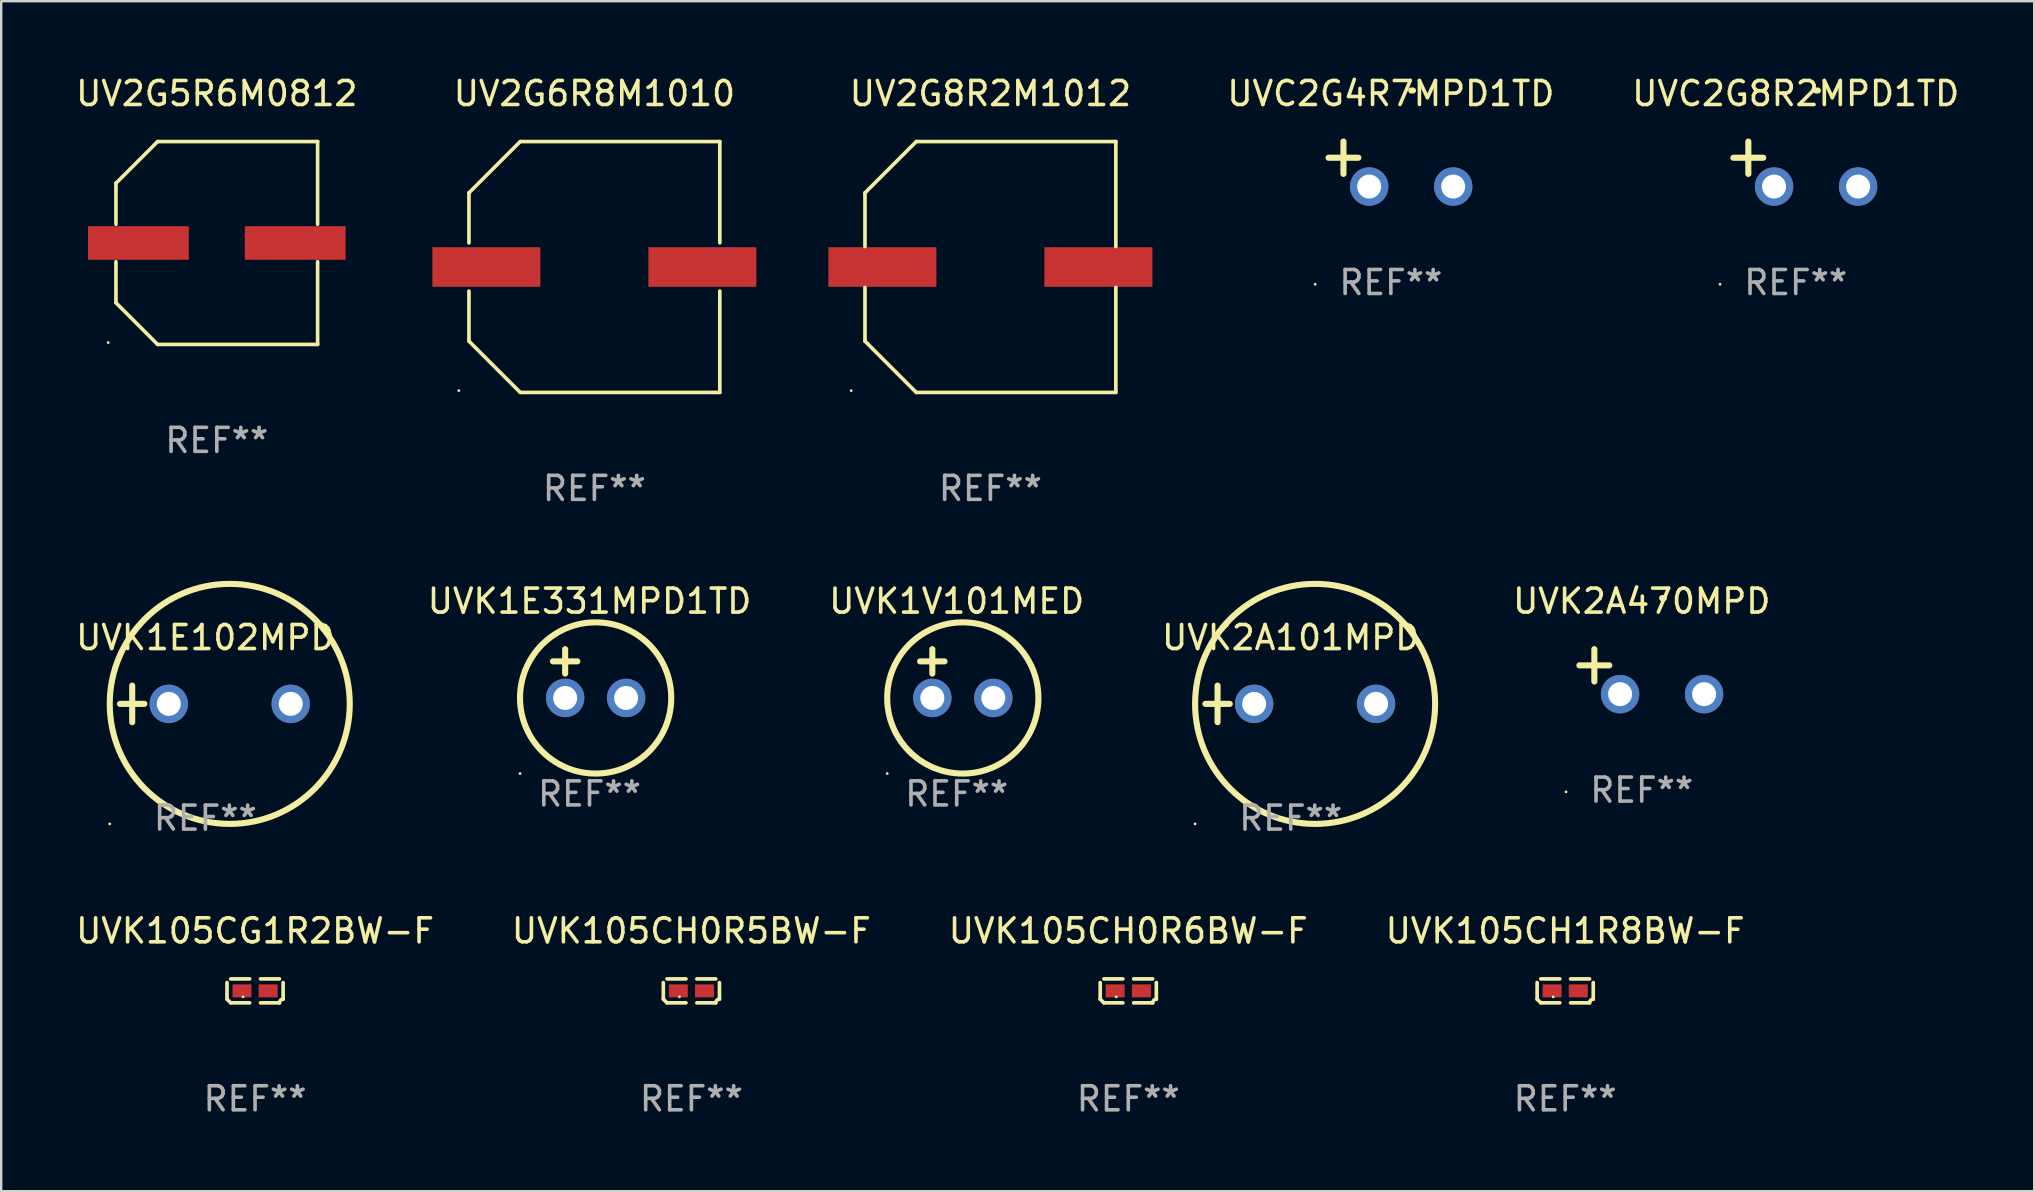
<source format=kicad_pcb>
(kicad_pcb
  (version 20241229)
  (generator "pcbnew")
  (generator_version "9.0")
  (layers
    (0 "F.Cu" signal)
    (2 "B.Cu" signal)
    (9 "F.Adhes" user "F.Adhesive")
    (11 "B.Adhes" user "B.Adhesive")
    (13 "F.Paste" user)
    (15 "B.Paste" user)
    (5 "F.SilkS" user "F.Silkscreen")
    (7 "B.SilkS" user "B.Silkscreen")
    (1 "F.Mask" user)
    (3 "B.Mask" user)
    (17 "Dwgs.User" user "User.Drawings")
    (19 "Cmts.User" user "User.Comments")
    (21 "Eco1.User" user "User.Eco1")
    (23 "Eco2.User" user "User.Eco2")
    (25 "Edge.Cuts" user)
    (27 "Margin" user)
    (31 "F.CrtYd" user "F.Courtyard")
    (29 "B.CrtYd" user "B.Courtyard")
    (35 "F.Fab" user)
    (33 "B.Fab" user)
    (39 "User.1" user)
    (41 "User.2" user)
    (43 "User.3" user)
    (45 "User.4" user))
  (footprint "UVK105CG1R2BW-F"
    (layer "F.Cu")
    (at 7.577 38.233)
    (property "Reference" "UVK105CG1R2BW-F" (at 0 -2.499 0) (layer "F.SilkS") (effects (font (size 1 1) (thickness 0.15))))
    (attr through_hole)
    (fp_line (start -1.169 0.346) (end -1.169 -0.346) (stroke (width 0.152) (type solid)) (layer "F.SilkS"))
    (fp_line (start -1.016 -0.499) (end -0.226 -0.499) (stroke (width 0.152) (type solid)) (layer "F.SilkS"))
    (fp_line (start -0.226 0.499) (end -1.016 0.499) (stroke (width 0.152) (type solid)) (layer "F.SilkS"))
    (fp_line (start 0.226 0.499) (end 1.016 0.499) (stroke (width 0.152) (type solid)) (layer "F.SilkS"))
    (fp_line (start 1.016 -0.499) (end 0.226 -0.499) (stroke (width 0.152) (type solid)) (layer "F.SilkS"))
    (fp_line (start 1.169 0.346) (end 1.169 -0.346) (stroke (width 0.152) (type solid)) (layer "F.SilkS"))
    (fp_arc (start -1.016307 0.498603) (mid -1.092512 0.422405) (end -1.16871 0.3462) (stroke (width 0.1524) (type solid)) (layer "F.SilkS"))
    (fp_arc (start 1.016307 0.498603) (mid 1.060899 0.390758) (end 1.168707 0.346076) (stroke (width 0.1524) (type solid)) (layer "F.SilkS"))
    (fp_circle (center -0.5 0.25) (end -0.47 0.25) (stroke (width 0.06) (type solid)) (fill no) (layer "F.SilkS"))
    (fp_text user "REF**" (at 0 4.499 0) (layer "F.Fab") (effects (font (size 1 1) (thickness 0.15))))
    (pad "1" smd rect (at -0.545 0) (size 0.79 0.54) (layers "F.Cu" "F.Mask" "F.Paste"))
    (pad "2" smd rect (at 0.545 0) (size 0.79 0.54) (layers "F.Cu" "F.Mask" "F.Paste")))
  (footprint "UVK2A470MPD"
    (layer "F.Cu")
    (at 65.351 24.934)
    (property "Reference" "UVK2A470MPD" (at 0 -2.937 0) (layer "F.SilkS") (effects (font (size 1 1) (thickness 0.15))))
    (attr through_hole)
    (fp_line (start -1.975 0.41) (end -1.975 -0.937) (stroke (width 0.254) (type solid)) (layer "F.SilkS"))
    (fp_line (start -1.353 -0.263) (end -2.597 -0.263) (stroke (width 0.254) (type solid)) (layer "F.SilkS"))
    (fp_arc (start 0.849809 -3.063957) (mid 0.885369 -3.064114) (end 0.920929 -3.063957) (stroke (width 0.254001) (type solid)) (layer "F.SilkS"))
    (fp_circle (center -3.154 5.008) (end -3.124 5.008) (stroke (width 0.06) (type solid)) (fill no) (layer "F.SilkS"))
    (fp_text user "REF**" (at 0 4.937 0) (layer "F.Fab") (effects (font (size 1 1) (thickness 0.15))))
    (pad "1" thru_hole circle (at -0.903 0.937) (size 1.6 1.6) (drill 1) (layers "*.Cu" "*.Mask"))
    (pad "2" thru_hole circle (at 2.597 0.937) (size 1.6 1.6) (drill 1) (layers "*.Cu" "*.Mask")))
  (footprint "UVK1E102MPD"
    (layer "F.Cu")
    (at 5.506 26.276)
    (property "Reference" "UVK1E102MPD" (at 0 -2.762 0) (layer "F.SilkS") (effects (font (size 1 1) (thickness 0.15))))
    (attr through_hole)
    (fp_line (start -3.556 0) (end -2.54 0) (stroke (width 0.254) (type solid)) (layer "F.SilkS"))
    (fp_line (start -3.048 -0.762) (end -3.048 0.762) (stroke (width 0.254) (type solid)) (layer "F.SilkS"))
    (fp_circle (center -3.984 5) (end -3.954 5) (stroke (width 0.06) (type solid)) (fill no) (layer "F.SilkS"))
    (fp_circle (center 1.016 0) (end 6.016 0) (stroke (width 0.254) (type solid)) (fill no) (layer "F.SilkS"))
    (fp_text user "REF**" (at 0 4.762 0) (layer "F.Fab") (effects (font (size 1 1) (thickness 0.15))))
    (pad "1" thru_hole circle (at -1.524 0) (size 1.6 1.6) (drill 1) (layers "*.Cu" "*.Mask"))
    (pad "2" thru_hole circle (at 3.556 0) (size 1.6 1.6) (drill 1) (layers "*.Cu" "*.Mask")))
  (footprint "UVC2G4R7MPD1TD"
    (layer "F.Cu")
    (at 54.898 3.785)
    (property "Reference" "UVC2G4R7MPD1TD" (at 0 -2.937 0) (layer "F.SilkS") (effects (font (size 1 1) (thickness 0.15))))
    (attr through_hole)
    (fp_line (start -1.975 0.41) (end -1.975 -0.937) (stroke (width 0.254) (type solid)) (layer "F.SilkS"))
    (fp_line (start -1.353 -0.263) (end -2.597 -0.263) (stroke (width 0.254) (type solid)) (layer "F.SilkS"))
    (fp_arc (start 0.849809 -3.063957) (mid 0.885369 -3.064114) (end 0.920929 -3.063957) (stroke (width 0.254001) (type solid)) (layer "F.SilkS"))
    (fp_circle (center -3.154 5.008) (end -3.124 5.008) (stroke (width 0.06) (type solid)) (fill no) (layer "F.SilkS"))
    (fp_text user "REF**" (at 0 4.937 0) (layer "F.Fab") (effects (font (size 1 1) (thickness 0.15))))
    (pad "1" thru_hole circle (at -0.903 0.937) (size 1.6 1.6) (drill 1) (layers "*.Cu" "*.Mask"))
    (pad "2" thru_hole circle (at 2.597 0.937) (size 1.6 1.6) (drill 1) (layers "*.Cu" "*.Mask")))
  (footprint "UVC2G8R2MPD1TD"
    (layer "F.Cu")
    (at 71.767 3.785)
    (property "Reference" "UVC2G8R2MPD1TD" (at 0 -2.937 0) (layer "F.SilkS") (effects (font (size 1 1) (thickness 0.15))))
    (attr through_hole)
    (fp_line (start -1.975 0.41) (end -1.975 -0.937) (stroke (width 0.254) (type solid)) (layer "F.SilkS"))
    (fp_line (start -1.353 -0.263) (end -2.597 -0.263) (stroke (width 0.254) (type solid)) (layer "F.SilkS"))
    (fp_arc (start 0.849809 -3.063957) (mid 0.885369 -3.064114) (end 0.920929 -3.063957) (stroke (width 0.254001) (type solid)) (layer "F.SilkS"))
    (fp_circle (center -3.154 5.008) (end -3.124 5.008) (stroke (width 0.06) (type solid)) (fill no) (layer "F.SilkS"))
    (fp_text user "REF**" (at 0 4.937 0) (layer "F.Fab") (effects (font (size 1 1) (thickness 0.15))))
    (pad "1" thru_hole circle (at -0.903 0.937) (size 1.6 1.6) (drill 1) (layers "*.Cu" "*.Mask"))
    (pad "2" thru_hole circle (at 2.597 0.937) (size 1.6 1.6) (drill 1) (layers "*.Cu" "*.Mask")))
  (footprint "UVK105CH1R8BW-F"
    (layer "F.Cu")
    (at 62.161 38.233)
    (property "Reference" "UVK105CH1R8BW-F" (at 0 -2.499 0) (layer "F.SilkS") (effects (font (size 1 1) (thickness 0.15))))
    (attr through_hole)
    (fp_line (start -1.169 0.346) (end -1.169 -0.346) (stroke (width 0.152) (type solid)) (layer "F.SilkS"))
    (fp_line (start -1.016 -0.499) (end -0.226 -0.499) (stroke (width 0.152) (type solid)) (layer "F.SilkS"))
    (fp_line (start -0.226 0.499) (end -1.016 0.499) (stroke (width 0.152) (type solid)) (layer "F.SilkS"))
    (fp_line (start 0.226 0.499) (end 1.016 0.499) (stroke (width 0.152) (type solid)) (layer "F.SilkS"))
    (fp_line (start 1.016 -0.499) (end 0.226 -0.499) (stroke (width 0.152) (type solid)) (layer "F.SilkS"))
    (fp_line (start 1.169 0.346) (end 1.169 -0.346) (stroke (width 0.152) (type solid)) (layer "F.SilkS"))
    (fp_arc (start -1.016307 0.498603) (mid -1.092512 0.422405) (end -1.16871 0.3462) (stroke (width 0.1524) (type solid)) (layer "F.SilkS"))
    (fp_arc (start 1.016307 0.498603) (mid 1.060899 0.390758) (end 1.168707 0.346076) (stroke (width 0.1524) (type solid)) (layer "F.SilkS"))
    (fp_circle (center -0.5 0.25) (end -0.47 0.25) (stroke (width 0.06) (type solid)) (fill no) (layer "F.SilkS"))
    (fp_text user "REF**" (at 0 4.499 0) (layer "F.Fab") (effects (font (size 1 1) (thickness 0.15))))
    (pad "1" smd rect (at -0.545 0) (size 0.79 0.54) (layers "F.Cu" "F.Mask" "F.Paste"))
    (pad "2" smd rect (at 0.545 0) (size 0.79 0.54) (layers "F.Cu" "F.Mask" "F.Paste")))
  (footprint "UVK1E331MPD1TD"
    (layer "F.Cu")
    (at 21.512 25.013)
    (property "Reference" "UVK1E331MPD1TD" (at 0 -3.016 0) (layer "F.SilkS") (effects (font (size 1 1) (thickness 0.15))))
    (attr through_hole)
    (fp_line (start -1.524 -0.508) (end -0.508 -0.508) (stroke (width 0.254) (type solid)) (layer "F.SilkS"))
    (fp_line (start -1.016 -1.016) (end -1.016 0) (stroke (width 0.254) (type solid)) (layer "F.SilkS"))
    (fp_circle (center -2.896 4.166) (end -2.866 4.166) (stroke (width 0.06) (type solid)) (fill no) (layer "F.SilkS"))
    (fp_circle (center 0.254 1.016) (end 3.404 1.016) (stroke (width 0.254) (type solid)) (fill no) (layer "F.SilkS"))
    (fp_text user "REF**" (at 0 5.016 0) (layer "F.Fab") (effects (font (size 1 1) (thickness 0.15))))
    (pad "1" thru_hole circle (at -1.016 1.016) (size 1.6 1.6) (drill 1) (layers "*.Cu" "*.Mask"))
    (pad "2" thru_hole circle (at 1.524 1.016) (size 1.6 1.6) (drill 1) (layers "*.Cu" "*.Mask")))
  (footprint "UVK1V101MED"
    (layer "F.Cu")
    (at 36.81 25.013)
    (property "Reference" "UVK1V101MED" (at 0 -3.016 0) (layer "F.SilkS") (effects (font (size 1 1) (thickness 0.15))))
    (attr through_hole)
    (fp_line (start -1.524 -0.508) (end -0.508 -0.508) (stroke (width 0.254) (type solid)) (layer "F.SilkS"))
    (fp_line (start -1.016 -1.016) (end -1.016 0) (stroke (width 0.254) (type solid)) (layer "F.SilkS"))
    (fp_circle (center -2.896 4.166) (end -2.866 4.166) (stroke (width 0.06) (type solid)) (fill no) (layer "F.SilkS"))
    (fp_circle (center 0.254 1.016) (end 3.404 1.016) (stroke (width 0.254) (type solid)) (fill no) (layer "F.SilkS"))
    (fp_text user "REF**" (at 0 5.016 0) (layer "F.Fab") (effects (font (size 1 1) (thickness 0.15))))
    (pad "1" thru_hole circle (at -1.016 1.016) (size 1.6 1.6) (drill 1) (layers "*.Cu" "*.Mask"))
    (pad "2" thru_hole circle (at 1.524 1.016) (size 1.6 1.6) (drill 1) (layers "*.Cu" "*.Mask")))
  (footprint "UV2G8R2M1012"
    (layer "F.Cu")
    (at 38.214 8.074)
    (property "Reference" "UV2G8R2M1012" (at 0 -7.226 0) (layer "F.SilkS") (effects (font (size 1 1) (thickness 0.15))))
    (attr through_hole)
    (fp_line (start -5.226 -3.09) (end -5.226 -0.852) (stroke (width 0.152) (type solid)) (layer "F.SilkS"))
    (fp_line (start -5.226 3.09) (end -5.226 0.852) (stroke (width 0.152) (type solid)) (layer "F.SilkS"))
    (fp_line (start -3.09 -5.226) (end -5.226 -3.09) (stroke (width 0.152) (type solid)) (layer "F.SilkS"))
    (fp_line (start -3.09 5.226) (end -5.226 3.09) (stroke (width 0.152) (type solid)) (layer "F.SilkS"))
    (fp_line (start 5.226 -5.226) (end -3.09 -5.226) (stroke (width 0.152) (type solid)) (layer "F.SilkS"))
    (fp_line (start 5.226 -0.852) (end 5.226 -5.226) (stroke (width 0.152) (type solid)) (layer "F.SilkS"))
    (fp_line (start 5.226 0.852) (end 5.226 5.226) (stroke (width 0.152) (type solid)) (layer "F.SilkS"))
    (fp_line (start 5.226 5.226) (end -3.09 5.226) (stroke (width 0.152) (type solid)) (layer "F.SilkS"))
    (fp_circle (center -5.8 5.15) (end -5.77 5.15) (stroke (width 0.06) (type solid)) (fill no) (layer "F.SilkS"))
    (fp_text user "REF**" (at 0 9.226 0) (layer "F.Fab") (effects (font (size 1 1) (thickness 0.15))))
    (pad "1" smd rect (at -4.5 0) (size 4.5 1.65) (layers "F.Cu" "F.Mask" "F.Paste"))
    (pad "2" smd rect (at 4.5 0) (size 4.5 1.65) (layers "F.Cu" "F.Mask" "F.Paste")))
  (footprint "UV2G5R6M0812"
    (layer "F.Cu")
    (at 5.982 7.074)
    (property "Reference" "UV2G5R6M0812" (at 0 -6.226 0) (layer "F.SilkS") (effects (font (size 1 1) (thickness 0.15))))
    (attr through_hole)
    (fp_line (start -4.201 -2.49) (end -4.201 -0.782) (stroke (width 0.152) (type solid)) (layer "F.SilkS"))
    (fp_line (start -4.201 2.49) (end -4.201 0.782) (stroke (width 0.152) (type solid)) (layer "F.SilkS"))
    (fp_line (start -2.465 -4.226) (end -4.201 -2.49) (stroke (width 0.152) (type solid)) (layer "F.SilkS"))
    (fp_line (start -2.465 4.226) (end -4.201 2.49) (stroke (width 0.152) (type solid)) (layer "F.SilkS"))
    (fp_line (start 4.201 -4.226) (end -2.465 -4.226) (stroke (width 0.152) (type solid)) (layer "F.SilkS"))
    (fp_line (start 4.201 -0.782) (end 4.201 -4.226) (stroke (width 0.152) (type solid)) (layer "F.SilkS"))
    (fp_line (start 4.201 0.782) (end 4.201 4.226) (stroke (width 0.152) (type solid)) (layer "F.SilkS"))
    (fp_line (start 4.201 4.226) (end -2.465 4.226) (stroke (width 0.152) (type solid)) (layer "F.SilkS"))
    (fp_circle (center -4.524 4.15) (end -4.494 4.15) (stroke (width 0.06) (type solid)) (fill no) (layer "F.SilkS"))
    (fp_text user "REF**" (at 0 8.226 0) (layer "F.Fab") (effects (font (size 1 1) (thickness 0.15))))
    (pad "1" smd rect (at -3.267 0) (size 4.2 1.4) (layers "F.Cu" "F.Mask" "F.Paste"))
    (pad "2" smd rect (at 3.267 0) (size 4.2 1.4) (layers "F.Cu" "F.Mask" "F.Paste")))
  (footprint "UVK105CH0R5BW-F"
    (layer "F.Cu")
    (at 25.756 38.233)
    (property "Reference" "UVK105CH0R5BW-F" (at 0 -2.499 0) (layer "F.SilkS") (effects (font (size 1 1) (thickness 0.15))))
    (attr through_hole)
    (fp_line (start -1.169 0.346) (end -1.169 -0.346) (stroke (width 0.152) (type solid)) (layer "F.SilkS"))
    (fp_line (start -1.016 -0.499) (end -0.226 -0.499) (stroke (width 0.152) (type solid)) (layer "F.SilkS"))
    (fp_line (start -0.226 0.499) (end -1.016 0.499) (stroke (width 0.152) (type solid)) (layer "F.SilkS"))
    (fp_line (start 0.226 0.499) (end 1.016 0.499) (stroke (width 0.152) (type solid)) (layer "F.SilkS"))
    (fp_line (start 1.016 -0.499) (end 0.226 -0.499) (stroke (width 0.152) (type solid)) (layer "F.SilkS"))
    (fp_line (start 1.169 0.346) (end 1.169 -0.346) (stroke (width 0.152) (type solid)) (layer "F.SilkS"))
    (fp_arc (start -1.016307 0.498603) (mid -1.092512 0.422405) (end -1.16871 0.3462) (stroke (width 0.1524) (type solid)) (layer "F.SilkS"))
    (fp_arc (start 1.016307 0.498603) (mid 1.060899 0.390758) (end 1.168707 0.346076) (stroke (width 0.1524) (type solid)) (layer "F.SilkS"))
    (fp_circle (center -0.5 0.25) (end -0.47 0.25) (stroke (width 0.06) (type solid)) (fill no) (layer "F.SilkS"))
    (fp_text user "REF**" (at 0 4.499 0) (layer "F.Fab") (effects (font (size 1 1) (thickness 0.15))))
    (pad "1" smd rect (at -0.545 0) (size 0.79 0.54) (layers "F.Cu" "F.Mask" "F.Paste"))
    (pad "2" smd rect (at 0.545 0) (size 0.79 0.54) (layers "F.Cu" "F.Mask" "F.Paste")))
  (footprint "UVK105CH0R6BW-F"
    (layer "F.Cu")
    (at 43.958 38.233)
    (property "Reference" "UVK105CH0R6BW-F" (at 0 -2.499 0) (layer "F.SilkS") (effects (font (size 1 1) (thickness 0.15))))
    (attr through_hole)
    (fp_line (start -1.169 0.346) (end -1.169 -0.346) (stroke (width 0.152) (type solid)) (layer "F.SilkS"))
    (fp_line (start -1.016 -0.499) (end -0.226 -0.499) (stroke (width 0.152) (type solid)) (layer "F.SilkS"))
    (fp_line (start -0.226 0.499) (end -1.016 0.499) (stroke (width 0.152) (type solid)) (layer "F.SilkS"))
    (fp_line (start 0.226 0.499) (end 1.016 0.499) (stroke (width 0.152) (type solid)) (layer "F.SilkS"))
    (fp_line (start 1.016 -0.499) (end 0.226 -0.499) (stroke (width 0.152) (type solid)) (layer "F.SilkS"))
    (fp_line (start 1.169 0.346) (end 1.169 -0.346) (stroke (width 0.152) (type solid)) (layer "F.SilkS"))
    (fp_arc (start -1.016307 0.498603) (mid -1.092512 0.422405) (end -1.16871 0.3462) (stroke (width 0.1524) (type solid)) (layer "F.SilkS"))
    (fp_arc (start 1.016307 0.498603) (mid 1.060899 0.390758) (end 1.168707 0.346076) (stroke (width 0.1524) (type solid)) (layer "F.SilkS"))
    (fp_circle (center -0.5 0.25) (end -0.47 0.25) (stroke (width 0.06) (type solid)) (fill no) (layer "F.SilkS"))
    (fp_text user "REF**" (at 0 4.499 0) (layer "F.Fab") (effects (font (size 1 1) (thickness 0.15))))
    (pad "1" smd rect (at -0.545 0) (size 0.79 0.54) (layers "F.Cu" "F.Mask" "F.Paste"))
    (pad "2" smd rect (at 0.545 0) (size 0.79 0.54) (layers "F.Cu" "F.Mask" "F.Paste")))
  (footprint "UV2G6R8M1010"
    (layer "F.Cu")
    (at 21.714 8.074)
    (property "Reference" "UV2G6R8M1010" (at 0 -7.226 0) (layer "F.SilkS") (effects (font (size 1 1) (thickness 0.15))))
    (attr through_hole)
    (fp_line (start -5.226 -3.09) (end -5.226 -1.005) (stroke (width 0.152) (type solid)) (layer "F.SilkS"))
    (fp_line (start -5.226 1.005) (end -5.226 3.09) (stroke (width 0.152) (type solid)) (layer "F.SilkS"))
    (fp_line (start -3.09 -5.226) (end -5.226 -3.09) (stroke (width 0.152) (type solid)) (layer "F.SilkS"))
    (fp_line (start -3.09 5.226) (end -5.226 3.09) (stroke (width 0.152) (type solid)) (layer "F.SilkS"))
    (fp_line (start 5.226 -5.226) (end -3.09 -5.226) (stroke (width 0.152) (type solid)) (layer "F.SilkS"))
    (fp_line (start 5.226 -1.005) (end 5.226 -5.226) (stroke (width 0.152) (type solid)) (layer "F.SilkS"))
    (fp_line (start 5.226 5.226) (end -3.09 5.226) (stroke (width 0.152) (type solid)) (layer "F.SilkS"))
    (fp_line (start 5.226 5.226) (end 5.226 1.005) (stroke (width 0.152) (type solid)) (layer "F.SilkS"))
    (fp_circle (center -5.65 5.15) (end -5.62 5.15) (stroke (width 0.06) (type solid)) (fill no) (layer "F.SilkS"))
    (fp_text user "REF**" (at 0 9.226 0) (layer "F.Fab") (effects (font (size 1 1) (thickness 0.15))))
    (pad "1" smd rect (at -4.5 0) (size 4.5 1.65) (layers "F.Cu" "F.Mask" "F.Paste"))
    (pad "2" smd rect (at 4.5 0) (size 4.5 1.65) (layers "F.Cu" "F.Mask" "F.Paste")))
  (footprint "UVK2A101MPD"
    (layer "F.Cu")
    (at 50.726 26.276)
    (property "Reference" "UVK2A101MPD" (at 0 -2.762 0) (layer "F.SilkS") (effects (font (size 1 1) (thickness 0.15))))
    (attr through_hole)
    (fp_line (start -3.556 0) (end -2.54 0) (stroke (width 0.254) (type solid)) (layer "F.SilkS"))
    (fp_line (start -3.048 -0.762) (end -3.048 0.762) (stroke (width 0.254) (type solid)) (layer "F.SilkS"))
    (fp_circle (center -3.984 5) (end -3.954 5) (stroke (width 0.06) (type solid)) (fill no) (layer "F.SilkS"))
    (fp_circle (center 1.016 0) (end 6.016 0) (stroke (width 0.254) (type solid)) (fill no) (layer "F.SilkS"))
    (fp_text user "REF**" (at 0 4.762 0) (layer "F.Fab") (effects (font (size 1 1) (thickness 0.15))))
    (pad "1" thru_hole circle (at -1.524 0) (size 1.6 1.6) (drill 1) (layers "*.Cu" "*.Mask"))
    (pad "2" thru_hole circle (at 3.556 0) (size 1.6 1.6) (drill 1) (layers "*.Cu" "*.Mask")))
  (gr_rect
    (start -3 -3)
    (end 81.702 46.58)
    (stroke (width 0.1) (type default))
    (fill no)
    (layer "Edge.Cuts")))
</source>
